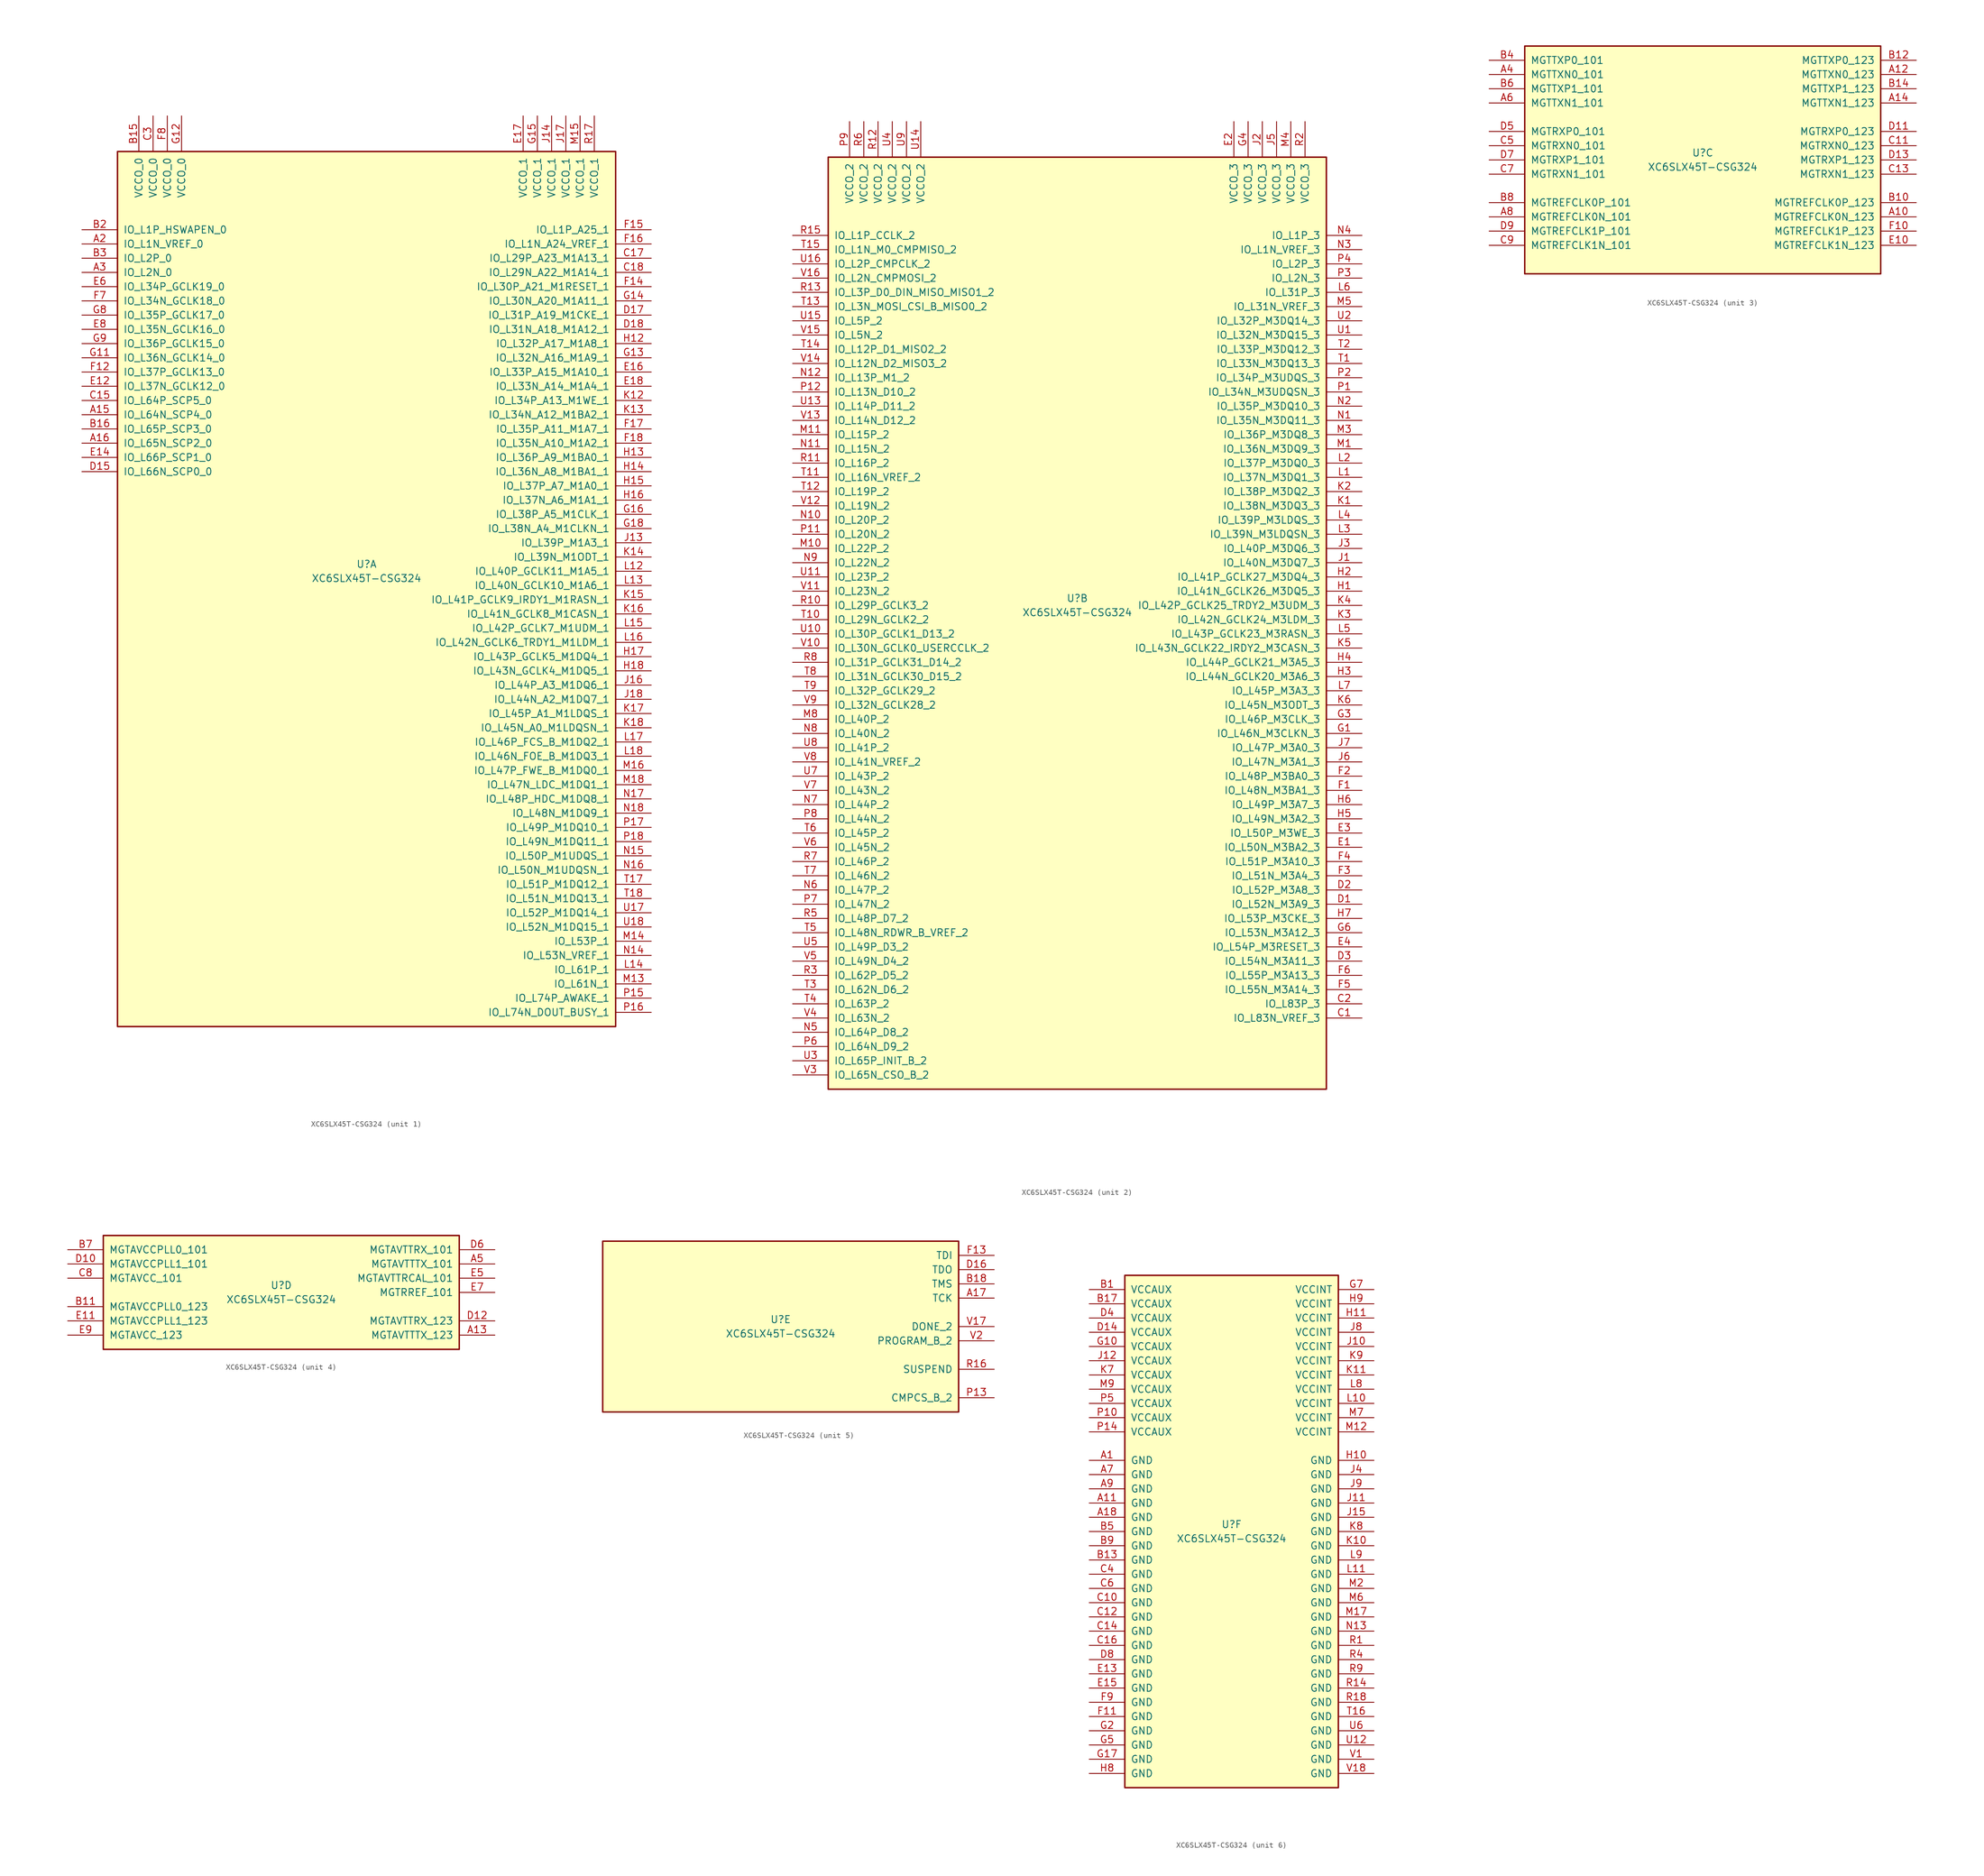
<source format=kicad_sym>
(kicad_symbol_lib
  (version 20220914)
  (generator kicad_symbol_editor)
  (symbol "XC6SLX45T-CSG324"
    (pin_names
      (offset 1.016))
    (property "Reference" "U"
      (at 0 1.27 0)
      (effects (font (size 1.27 1.27))))
    (property "Value" "XC6SLX45T-CSG324"
      (at 0 -1.27 0)
      (effects (font (size 1.27 1.27))))
    (property "Datasheet" ""
      (at 0 0 0)
      (effects (font (size 1.27 1.27))))
    (property "ki_locked" ""
      (at 0 0 0)
      (effects (font (size 1.27 1.27))))
    (symbol "XC6SLX45T-CSG324_1_1"
      (rectangle (start -44.45 74.93) (end 44.45 -81.28) (stroke (width 0.254) (type default)) (fill (type background)))
      (pin bidirectional line (at -50.8 27.94 0) (length 6.35) (name "IO_L64N_SCP4_0" (effects (font (size 1.27 1.27)))) (number "A15" (effects (font (size 1.27 1.27)))))
      (pin bidirectional line (at -50.8 22.86 0) (length 6.35) (name "IO_L65N_SCP2_0" (effects (font (size 1.27 1.27)))) (number "A16" (effects (font (size 1.27 1.27)))))
      (pin bidirectional line (at -50.8 58.42 0) (length 6.35) (name "IO_L1N_VREF_0" (effects (font (size 1.27 1.27)))) (number "A2" (effects (font (size 1.27 1.27)))))
      (pin bidirectional line (at -50.8 53.34 0) (length 6.35) (name "IO_L2N_0" (effects (font (size 1.27 1.27)))) (number "A3" (effects (font (size 1.27 1.27)))))
      (pin power_in line (at -40.64 81.28 270) (length 6.35) (name "VCCO_0" (effects (font (size 1.27 1.27)))) (number "B15" (effects (font (size 1.27 1.27)))))
      (pin bidirectional line (at -50.8 25.4 0) (length 6.35) (name "IO_L65P_SCP3_0" (effects (font (size 1.27 1.27)))) (number "B16" (effects (font (size 1.27 1.27)))))
      (pin bidirectional line (at -50.8 60.96 0) (length 6.35) (name "IO_L1P_HSWAPEN_0" (effects (font (size 1.27 1.27)))) (number "B2" (effects (font (size 1.27 1.27)))))
      (pin bidirectional line (at -50.8 55.88 0) (length 6.35) (name "IO_L2P_0" (effects (font (size 1.27 1.27)))) (number "B3" (effects (font (size 1.27 1.27)))))
      (pin bidirectional line (at -50.8 30.48 0) (length 6.35) (name "IO_L64P_SCP5_0" (effects (font (size 1.27 1.27)))) (number "C15" (effects (font (size 1.27 1.27)))))
      (pin bidirectional line (at 50.8 55.88 180) (length 6.35) (name "IO_L29P_A23_M1A13_1" (effects (font (size 1.27 1.27)))) (number "C17" (effects (font (size 1.27 1.27)))))
      (pin bidirectional line (at 50.8 53.34 180) (length 6.35) (name "IO_L29N_A22_M1A14_1" (effects (font (size 1.27 1.27)))) (number "C18" (effects (font (size 1.27 1.27)))))
      (pin power_in line (at -38.1 81.28 270) (length 6.35) (name "VCCO_0" (effects (font (size 1.27 1.27)))) (number "C3" (effects (font (size 1.27 1.27)))))
      (pin bidirectional line (at -50.8 17.78 0) (length 6.35) (name "IO_L66N_SCP0_0" (effects (font (size 1.27 1.27)))) (number "D15" (effects (font (size 1.27 1.27)))))
      (pin bidirectional line (at 50.8 45.72 180) (length 6.35) (name "IO_L31P_A19_M1CKE_1" (effects (font (size 1.27 1.27)))) (number "D17" (effects (font (size 1.27 1.27)))))
      (pin bidirectional line (at 50.8 43.18 180) (length 6.35) (name "IO_L31N_A18_M1A12_1" (effects (font (size 1.27 1.27)))) (number "D18" (effects (font (size 1.27 1.27)))))
      (pin bidirectional line (at -50.8 33.02 0) (length 6.35) (name "IO_L37N_GCLK12_0" (effects (font (size 1.27 1.27)))) (number "E12" (effects (font (size 1.27 1.27)))))
      (pin bidirectional line (at -50.8 20.32 0) (length 6.35) (name "IO_L66P_SCP1_0" (effects (font (size 1.27 1.27)))) (number "E14" (effects (font (size 1.27 1.27)))))
      (pin bidirectional line (at 50.8 35.56 180) (length 6.35) (name "IO_L33P_A15_M1A10_1" (effects (font (size 1.27 1.27)))) (number "E16" (effects (font (size 1.27 1.27)))))
      (pin power_in line (at 27.94 81.28 270) (length 6.35) (name "VCCO_1" (effects (font (size 1.27 1.27)))) (number "E17" (effects (font (size 1.27 1.27)))))
      (pin bidirectional line (at 50.8 33.02 180) (length 6.35) (name "IO_L33N_A14_M1A4_1" (effects (font (size 1.27 1.27)))) (number "E18" (effects (font (size 1.27 1.27)))))
      (pin bidirectional line (at -50.8 50.8 0) (length 6.35) (name "IO_L34P_GCLK19_0" (effects (font (size 1.27 1.27)))) (number "E6" (effects (font (size 1.27 1.27)))))
      (pin bidirectional line (at -50.8 43.18 0) (length 6.35) (name "IO_L35N_GCLK16_0" (effects (font (size 1.27 1.27)))) (number "E8" (effects (font (size 1.27 1.27)))))
      (pin bidirectional line (at -50.8 35.56 0) (length 6.35) (name "IO_L37P_GCLK13_0" (effects (font (size 1.27 1.27)))) (number "F12" (effects (font (size 1.27 1.27)))))
      (pin bidirectional line (at 50.8 50.8 180) (length 6.35) (name "IO_L30P_A21_M1RESET_1" (effects (font (size 1.27 1.27)))) (number "F14" (effects (font (size 1.27 1.27)))))
      (pin bidirectional line (at 50.8 60.96 180) (length 6.35) (name "IO_L1P_A25_1" (effects (font (size 1.27 1.27)))) (number "F15" (effects (font (size 1.27 1.27)))))
      (pin bidirectional line (at 50.8 58.42 180) (length 6.35) (name "IO_L1N_A24_VREF_1" (effects (font (size 1.27 1.27)))) (number "F16" (effects (font (size 1.27 1.27)))))
      (pin bidirectional line (at 50.8 25.4 180) (length 6.35) (name "IO_L35P_A11_M1A7_1" (effects (font (size 1.27 1.27)))) (number "F17" (effects (font (size 1.27 1.27)))))
      (pin bidirectional line (at 50.8 22.86 180) (length 6.35) (name "IO_L35N_A10_M1A2_1" (effects (font (size 1.27 1.27)))) (number "F18" (effects (font (size 1.27 1.27)))))
      (pin bidirectional line (at -50.8 48.26 0) (length 6.35) (name "IO_L34N_GCLK18_0" (effects (font (size 1.27 1.27)))) (number "F7" (effects (font (size 1.27 1.27)))))
      (pin power_in line (at -35.56 81.28 270) (length 6.35) (name "VCCO_0" (effects (font (size 1.27 1.27)))) (number "F8" (effects (font (size 1.27 1.27)))))
      (pin bidirectional line (at -50.8 38.1 0) (length 6.35) (name "IO_L36N_GCLK14_0" (effects (font (size 1.27 1.27)))) (number "G11" (effects (font (size 1.27 1.27)))))
      (pin power_in line (at -33.02 81.28 270) (length 6.35) (name "VCCO_0" (effects (font (size 1.27 1.27)))) (number "G12" (effects (font (size 1.27 1.27)))))
      (pin bidirectional line (at 50.8 38.1 180) (length 6.35) (name "IO_L32N_A16_M1A9_1" (effects (font (size 1.27 1.27)))) (number "G13" (effects (font (size 1.27 1.27)))))
      (pin bidirectional line (at 50.8 48.26 180) (length 6.35) (name "IO_L30N_A20_M1A11_1" (effects (font (size 1.27 1.27)))) (number "G14" (effects (font (size 1.27 1.27)))))
      (pin power_in line (at 30.48 81.28 270) (length 6.35) (name "VCCO_1" (effects (font (size 1.27 1.27)))) (number "G15" (effects (font (size 1.27 1.27)))))
      (pin bidirectional line (at 50.8 10.16 180) (length 6.35) (name "IO_L38P_A5_M1CLK_1" (effects (font (size 1.27 1.27)))) (number "G16" (effects (font (size 1.27 1.27)))))
      (pin bidirectional line (at 50.8 7.62 180) (length 6.35) (name "IO_L38N_A4_M1CLKN_1" (effects (font (size 1.27 1.27)))) (number "G18" (effects (font (size 1.27 1.27)))))
      (pin bidirectional line (at -50.8 45.72 0) (length 6.35) (name "IO_L35P_GCLK17_0" (effects (font (size 1.27 1.27)))) (number "G8" (effects (font (size 1.27 1.27)))))
      (pin bidirectional line (at -50.8 40.64 0) (length 6.35) (name "IO_L36P_GCLK15_0" (effects (font (size 1.27 1.27)))) (number "G9" (effects (font (size 1.27 1.27)))))
      (pin bidirectional line (at 50.8 40.64 180) (length 6.35) (name "IO_L32P_A17_M1A8_1" (effects (font (size 1.27 1.27)))) (number "H12" (effects (font (size 1.27 1.27)))))
      (pin bidirectional line (at 50.8 20.32 180) (length 6.35) (name "IO_L36P_A9_M1BA0_1" (effects (font (size 1.27 1.27)))) (number "H13" (effects (font (size 1.27 1.27)))))
      (pin bidirectional line (at 50.8 17.78 180) (length 6.35) (name "IO_L36N_A8_M1BA1_1" (effects (font (size 1.27 1.27)))) (number "H14" (effects (font (size 1.27 1.27)))))
      (pin bidirectional line (at 50.8 15.24 180) (length 6.35) (name "IO_L37P_A7_M1A0_1" (effects (font (size 1.27 1.27)))) (number "H15" (effects (font (size 1.27 1.27)))))
      (pin bidirectional line (at 50.8 12.7 180) (length 6.35) (name "IO_L37N_A6_M1A1_1" (effects (font (size 1.27 1.27)))) (number "H16" (effects (font (size 1.27 1.27)))))
      (pin bidirectional line (at 50.8 -15.24 180) (length 6.35) (name "IO_L43P_GCLK5_M1DQ4_1" (effects (font (size 1.27 1.27)))) (number "H17" (effects (font (size 1.27 1.27)))))
      (pin bidirectional line (at 50.8 -17.78 180) (length 6.35) (name "IO_L43N_GCLK4_M1DQ5_1" (effects (font (size 1.27 1.27)))) (number "H18" (effects (font (size 1.27 1.27)))))
      (pin bidirectional line (at 50.8 5.08 180) (length 6.35) (name "IO_L39P_M1A3_1" (effects (font (size 1.27 1.27)))) (number "J13" (effects (font (size 1.27 1.27)))))
      (pin power_in line (at 33.02 81.28 270) (length 6.35) (name "VCCO_1" (effects (font (size 1.27 1.27)))) (number "J14" (effects (font (size 1.27 1.27)))))
      (pin bidirectional line (at 50.8 -20.32 180) (length 6.35) (name "IO_L44P_A3_M1DQ6_1" (effects (font (size 1.27 1.27)))) (number "J16" (effects (font (size 1.27 1.27)))))
      (pin power_in line (at 35.56 81.28 270) (length 6.35) (name "VCCO_1" (effects (font (size 1.27 1.27)))) (number "J17" (effects (font (size 1.27 1.27)))))
      (pin bidirectional line (at 50.8 -22.86 180) (length 6.35) (name "IO_L44N_A2_M1DQ7_1" (effects (font (size 1.27 1.27)))) (number "J18" (effects (font (size 1.27 1.27)))))
      (pin bidirectional line (at 50.8 30.48 180) (length 6.35) (name "IO_L34P_A13_M1WE_1" (effects (font (size 1.27 1.27)))) (number "K12" (effects (font (size 1.27 1.27)))))
      (pin bidirectional line (at 50.8 27.94 180) (length 6.35) (name "IO_L34N_A12_M1BA2_1" (effects (font (size 1.27 1.27)))) (number "K13" (effects (font (size 1.27 1.27)))))
      (pin bidirectional line (at 50.8 2.54 180) (length 6.35) (name "IO_L39N_M1ODT_1" (effects (font (size 1.27 1.27)))) (number "K14" (effects (font (size 1.27 1.27)))))
      (pin bidirectional line (at 50.8 -5.08 180) (length 6.35) (name "IO_L41P_GCLK9_IRDY1_M1RASN_1" (effects (font (size 1.27 1.27)))) (number "K15" (effects (font (size 1.27 1.27)))))
      (pin bidirectional line (at 50.8 -7.62 180) (length 6.35) (name "IO_L41N_GCLK8_M1CASN_1" (effects (font (size 1.27 1.27)))) (number "K16" (effects (font (size 1.27 1.27)))))
      (pin bidirectional line (at 50.8 -25.4 180) (length 6.35) (name "IO_L45P_A1_M1LDQS_1" (effects (font (size 1.27 1.27)))) (number "K17" (effects (font (size 1.27 1.27)))))
      (pin bidirectional line (at 50.8 -27.94 180) (length 6.35) (name "IO_L45N_A0_M1LDQSN_1" (effects (font (size 1.27 1.27)))) (number "K18" (effects (font (size 1.27 1.27)))))
      (pin bidirectional line (at 50.8 0 180) (length 6.35) (name "IO_L40P_GCLK11_M1A5_1" (effects (font (size 1.27 1.27)))) (number "L12" (effects (font (size 1.27 1.27)))))
      (pin bidirectional line (at 50.8 -2.54 180) (length 6.35) (name "IO_L40N_GCLK10_M1A6_1" (effects (font (size 1.27 1.27)))) (number "L13" (effects (font (size 1.27 1.27)))))
      (pin bidirectional line (at 50.8 -71.12 180) (length 6.35) (name "IO_L61P_1" (effects (font (size 1.27 1.27)))) (number "L14" (effects (font (size 1.27 1.27)))))
      (pin bidirectional line (at 50.8 -10.16 180) (length 6.35) (name "IO_L42P_GCLK7_M1UDM_1" (effects (font (size 1.27 1.27)))) (number "L15" (effects (font (size 1.27 1.27)))))
      (pin bidirectional line (at 50.8 -12.7 180) (length 6.35) (name "IO_L42N_GCLK6_TRDY1_M1LDM_1" (effects (font (size 1.27 1.27)))) (number "L16" (effects (font (size 1.27 1.27)))))
      (pin bidirectional line (at 50.8 -30.48 180) (length 6.35) (name "IO_L46P_FCS_B_M1DQ2_1" (effects (font (size 1.27 1.27)))) (number "L17" (effects (font (size 1.27 1.27)))))
      (pin bidirectional line (at 50.8 -33.02 180) (length 6.35) (name "IO_L46N_FOE_B_M1DQ3_1" (effects (font (size 1.27 1.27)))) (number "L18" (effects (font (size 1.27 1.27)))))
      (pin bidirectional line (at 50.8 -73.66 180) (length 6.35) (name "IO_L61N_1" (effects (font (size 1.27 1.27)))) (number "M13" (effects (font (size 1.27 1.27)))))
      (pin bidirectional line (at 50.8 -66.04 180) (length 6.35) (name "IO_L53P_1" (effects (font (size 1.27 1.27)))) (number "M14" (effects (font (size 1.27 1.27)))))
      (pin power_in line (at 38.1 81.28 270) (length 6.35) (name "VCCO_1" (effects (font (size 1.27 1.27)))) (number "M15" (effects (font (size 1.27 1.27)))))
      (pin bidirectional line (at 50.8 -35.56 180) (length 6.35) (name "IO_L47P_FWE_B_M1DQ0_1" (effects (font (size 1.27 1.27)))) (number "M16" (effects (font (size 1.27 1.27)))))
      (pin bidirectional line (at 50.8 -38.1 180) (length 6.35) (name "IO_L47N_LDC_M1DQ1_1" (effects (font (size 1.27 1.27)))) (number "M18" (effects (font (size 1.27 1.27)))))
      (pin bidirectional line (at 50.8 -68.58 180) (length 6.35) (name "IO_L53N_VREF_1" (effects (font (size 1.27 1.27)))) (number "N14" (effects (font (size 1.27 1.27)))))
      (pin bidirectional line (at 50.8 -50.8 180) (length 6.35) (name "IO_L50P_M1UDQS_1" (effects (font (size 1.27 1.27)))) (number "N15" (effects (font (size 1.27 1.27)))))
      (pin bidirectional line (at 50.8 -53.34 180) (length 6.35) (name "IO_L50N_M1UDQSN_1" (effects (font (size 1.27 1.27)))) (number "N16" (effects (font (size 1.27 1.27)))))
      (pin bidirectional line (at 50.8 -40.64 180) (length 6.35) (name "IO_L48P_HDC_M1DQ8_1" (effects (font (size 1.27 1.27)))) (number "N17" (effects (font (size 1.27 1.27)))))
      (pin bidirectional line (at 50.8 -43.18 180) (length 6.35) (name "IO_L48N_M1DQ9_1" (effects (font (size 1.27 1.27)))) (number "N18" (effects (font (size 1.27 1.27)))))
      (pin bidirectional line (at 50.8 -76.2 180) (length 6.35) (name "IO_L74P_AWAKE_1" (effects (font (size 1.27 1.27)))) (number "P15" (effects (font (size 1.27 1.27)))))
      (pin bidirectional line (at 50.8 -78.74 180) (length 6.35) (name "IO_L74N_DOUT_BUSY_1" (effects (font (size 1.27 1.27)))) (number "P16" (effects (font (size 1.27 1.27)))))
      (pin bidirectional line (at 50.8 -45.72 180) (length 6.35) (name "IO_L49P_M1DQ10_1" (effects (font (size 1.27 1.27)))) (number "P17" (effects (font (size 1.27 1.27)))))
      (pin bidirectional line (at 50.8 -48.26 180) (length 6.35) (name "IO_L49N_M1DQ11_1" (effects (font (size 1.27 1.27)))) (number "P18" (effects (font (size 1.27 1.27)))))
      (pin power_in line (at 40.64 81.28 270) (length 6.35) (name "VCCO_1" (effects (font (size 1.27 1.27)))) (number "R17" (effects (font (size 1.27 1.27)))))
      (pin bidirectional line (at 50.8 -55.88 180) (length 6.35) (name "IO_L51P_M1DQ12_1" (effects (font (size 1.27 1.27)))) (number "T17" (effects (font (size 1.27 1.27)))))
      (pin bidirectional line (at 50.8 -58.42 180) (length 6.35) (name "IO_L51N_M1DQ13_1" (effects (font (size 1.27 1.27)))) (number "T18" (effects (font (size 1.27 1.27)))))
      (pin bidirectional line (at 50.8 -60.96 180) (length 6.35) (name "IO_L52P_M1DQ14_1" (effects (font (size 1.27 1.27)))) (number "U17" (effects (font (size 1.27 1.27)))))
      (pin bidirectional line (at 50.8 -63.5 180) (length 6.35) (name "IO_L52N_M1DQ15_1" (effects (font (size 1.27 1.27)))) (number "U18" (effects (font (size 1.27 1.27))))))
    (symbol "XC6SLX45T-CSG324_2_1"
      (rectangle (start -44.45 80.01) (end 44.45 -86.36) (stroke (width 0.254) (type default)) (fill (type background)))
      (pin bidirectional line (at 50.8 -73.66 180) (length 6.35) (name "IO_L83N_VREF_3" (effects (font (size 1.27 1.27)))) (number "C1" (effects (font (size 1.27 1.27)))))
      (pin bidirectional line (at 50.8 -71.12 180) (length 6.35) (name "IO_L83P_3" (effects (font (size 1.27 1.27)))) (number "C2" (effects (font (size 1.27 1.27)))))
      (pin bidirectional line (at 50.8 -53.34 180) (length 6.35) (name "IO_L52N_M3A9_3" (effects (font (size 1.27 1.27)))) (number "D1" (effects (font (size 1.27 1.27)))))
      (pin bidirectional line (at 50.8 -50.8 180) (length 6.35) (name "IO_L52P_M3A8_3" (effects (font (size 1.27 1.27)))) (number "D2" (effects (font (size 1.27 1.27)))))
      (pin bidirectional line (at 50.8 -63.5 180) (length 6.35) (name "IO_L54N_M3A11_3" (effects (font (size 1.27 1.27)))) (number "D3" (effects (font (size 1.27 1.27)))))
      (pin bidirectional line (at 50.8 -43.18 180) (length 6.35) (name "IO_L50N_M3BA2_3" (effects (font (size 1.27 1.27)))) (number "E1" (effects (font (size 1.27 1.27)))))
      (pin power_in line (at 27.94 86.36 270) (length 6.35) (name "VCCO_3" (effects (font (size 1.27 1.27)))) (number "E2" (effects (font (size 1.27 1.27)))))
      (pin bidirectional line (at 50.8 -40.64 180) (length 6.35) (name "IO_L50P_M3WE_3" (effects (font (size 1.27 1.27)))) (number "E3" (effects (font (size 1.27 1.27)))))
      (pin bidirectional line (at 50.8 -60.96 180) (length 6.35) (name "IO_L54P_M3RESET_3" (effects (font (size 1.27 1.27)))) (number "E4" (effects (font (size 1.27 1.27)))))
      (pin bidirectional line (at 50.8 -33.02 180) (length 6.35) (name "IO_L48N_M3BA1_3" (effects (font (size 1.27 1.27)))) (number "F1" (effects (font (size 1.27 1.27)))))
      (pin bidirectional line (at 50.8 -30.48 180) (length 6.35) (name "IO_L48P_M3BA0_3" (effects (font (size 1.27 1.27)))) (number "F2" (effects (font (size 1.27 1.27)))))
      (pin bidirectional line (at 50.8 -48.26 180) (length 6.35) (name "IO_L51N_M3A4_3" (effects (font (size 1.27 1.27)))) (number "F3" (effects (font (size 1.27 1.27)))))
      (pin bidirectional line (at 50.8 -45.72 180) (length 6.35) (name "IO_L51P_M3A10_3" (effects (font (size 1.27 1.27)))) (number "F4" (effects (font (size 1.27 1.27)))))
      (pin bidirectional line (at 50.8 -68.58 180) (length 6.35) (name "IO_L55N_M3A14_3" (effects (font (size 1.27 1.27)))) (number "F5" (effects (font (size 1.27 1.27)))))
      (pin bidirectional line (at 50.8 -66.04 180) (length 6.35) (name "IO_L55P_M3A13_3" (effects (font (size 1.27 1.27)))) (number "F6" (effects (font (size 1.27 1.27)))))
      (pin bidirectional line (at 50.8 -22.86 180) (length 6.35) (name "IO_L46N_M3CLKN_3" (effects (font (size 1.27 1.27)))) (number "G1" (effects (font (size 1.27 1.27)))))
      (pin bidirectional line (at 50.8 -20.32 180) (length 6.35) (name "IO_L46P_M3CLK_3" (effects (font (size 1.27 1.27)))) (number "G3" (effects (font (size 1.27 1.27)))))
      (pin power_in line (at 30.48 86.36 270) (length 6.35) (name "VCCO_3" (effects (font (size 1.27 1.27)))) (number "G4" (effects (font (size 1.27 1.27)))))
      (pin bidirectional line (at 50.8 -58.42 180) (length 6.35) (name "IO_L53N_M3A12_3" (effects (font (size 1.27 1.27)))) (number "G6" (effects (font (size 1.27 1.27)))))
      (pin bidirectional line (at 50.8 2.54 180) (length 6.35) (name "IO_L41N_GCLK26_M3DQ5_3" (effects (font (size 1.27 1.27)))) (number "H1" (effects (font (size 1.27 1.27)))))
      (pin bidirectional line (at 50.8 5.08 180) (length 6.35) (name "IO_L41P_GCLK27_M3DQ4_3" (effects (font (size 1.27 1.27)))) (number "H2" (effects (font (size 1.27 1.27)))))
      (pin bidirectional line (at 50.8 -12.7 180) (length 6.35) (name "IO_L44N_GCLK20_M3A6_3" (effects (font (size 1.27 1.27)))) (number "H3" (effects (font (size 1.27 1.27)))))
      (pin bidirectional line (at 50.8 -10.16 180) (length 6.35) (name "IO_L44P_GCLK21_M3A5_3" (effects (font (size 1.27 1.27)))) (number "H4" (effects (font (size 1.27 1.27)))))
      (pin bidirectional line (at 50.8 -38.1 180) (length 6.35) (name "IO_L49N_M3A2_3" (effects (font (size 1.27 1.27)))) (number "H5" (effects (font (size 1.27 1.27)))))
      (pin bidirectional line (at 50.8 -35.56 180) (length 6.35) (name "IO_L49P_M3A7_3" (effects (font (size 1.27 1.27)))) (number "H6" (effects (font (size 1.27 1.27)))))
      (pin bidirectional line (at 50.8 -55.88 180) (length 6.35) (name "IO_L53P_M3CKE_3" (effects (font (size 1.27 1.27)))) (number "H7" (effects (font (size 1.27 1.27)))))
      (pin bidirectional line (at 50.8 7.62 180) (length 6.35) (name "IO_L40N_M3DQ7_3" (effects (font (size 1.27 1.27)))) (number "J1" (effects (font (size 1.27 1.27)))))
      (pin power_in line (at 33.02 86.36 270) (length 6.35) (name "VCCO_3" (effects (font (size 1.27 1.27)))) (number "J2" (effects (font (size 1.27 1.27)))))
      (pin bidirectional line (at 50.8 10.16 180) (length 6.35) (name "IO_L40P_M3DQ6_3" (effects (font (size 1.27 1.27)))) (number "J3" (effects (font (size 1.27 1.27)))))
      (pin power_in line (at 35.56 86.36 270) (length 6.35) (name "VCCO_3" (effects (font (size 1.27 1.27)))) (number "J5" (effects (font (size 1.27 1.27)))))
      (pin bidirectional line (at 50.8 -27.94 180) (length 6.35) (name "IO_L47N_M3A1_3" (effects (font (size 1.27 1.27)))) (number "J6" (effects (font (size 1.27 1.27)))))
      (pin bidirectional line (at 50.8 -25.4 180) (length 6.35) (name "IO_L47P_M3A0_3" (effects (font (size 1.27 1.27)))) (number "J7" (effects (font (size 1.27 1.27)))))
      (pin bidirectional line (at 50.8 17.78 180) (length 6.35) (name "IO_L38N_M3DQ3_3" (effects (font (size 1.27 1.27)))) (number "K1" (effects (font (size 1.27 1.27)))))
      (pin bidirectional line (at 50.8 20.32 180) (length 6.35) (name "IO_L38P_M3DQ2_3" (effects (font (size 1.27 1.27)))) (number "K2" (effects (font (size 1.27 1.27)))))
      (pin bidirectional line (at 50.8 -2.54 180) (length 6.35) (name "IO_L42N_GCLK24_M3LDM_3" (effects (font (size 1.27 1.27)))) (number "K3" (effects (font (size 1.27 1.27)))))
      (pin bidirectional line (at 50.8 0 180) (length 6.35) (name "IO_L42P_GCLK25_TRDY2_M3UDM_3" (effects (font (size 1.27 1.27)))) (number "K4" (effects (font (size 1.27 1.27)))))
      (pin bidirectional line (at 50.8 -7.62 180) (length 6.35) (name "IO_L43N_GCLK22_IRDY2_M3CASN_3" (effects (font (size 1.27 1.27)))) (number "K5" (effects (font (size 1.27 1.27)))))
      (pin bidirectional line (at 50.8 -17.78 180) (length 6.35) (name "IO_L45N_M3ODT_3" (effects (font (size 1.27 1.27)))) (number "K6" (effects (font (size 1.27 1.27)))))
      (pin bidirectional line (at 50.8 22.86 180) (length 6.35) (name "IO_L37N_M3DQ1_3" (effects (font (size 1.27 1.27)))) (number "L1" (effects (font (size 1.27 1.27)))))
      (pin bidirectional line (at 50.8 25.4 180) (length 6.35) (name "IO_L37P_M3DQ0_3" (effects (font (size 1.27 1.27)))) (number "L2" (effects (font (size 1.27 1.27)))))
      (pin bidirectional line (at 50.8 12.7 180) (length 6.35) (name "IO_L39N_M3LDQSN_3" (effects (font (size 1.27 1.27)))) (number "L3" (effects (font (size 1.27 1.27)))))
      (pin bidirectional line (at 50.8 15.24 180) (length 6.35) (name "IO_L39P_M3LDQS_3" (effects (font (size 1.27 1.27)))) (number "L4" (effects (font (size 1.27 1.27)))))
      (pin bidirectional line (at 50.8 -5.08 180) (length 6.35) (name "IO_L43P_GCLK23_M3RASN_3" (effects (font (size 1.27 1.27)))) (number "L5" (effects (font (size 1.27 1.27)))))
      (pin bidirectional line (at 50.8 55.88 180) (length 6.35) (name "IO_L31P_3" (effects (font (size 1.27 1.27)))) (number "L6" (effects (font (size 1.27 1.27)))))
      (pin bidirectional line (at 50.8 -15.24 180) (length 6.35) (name "IO_L45P_M3A3_3" (effects (font (size 1.27 1.27)))) (number "L7" (effects (font (size 1.27 1.27)))))
      (pin bidirectional line (at 50.8 27.94 180) (length 6.35) (name "IO_L36N_M3DQ9_3" (effects (font (size 1.27 1.27)))) (number "M1" (effects (font (size 1.27 1.27)))))
      (pin bidirectional line (at -50.8 10.16 0) (length 6.35) (name "IO_L22P_2" (effects (font (size 1.27 1.27)))) (number "M10" (effects (font (size 1.27 1.27)))))
      (pin bidirectional line (at -50.8 30.48 0) (length 6.35) (name "IO_L15P_2" (effects (font (size 1.27 1.27)))) (number "M11" (effects (font (size 1.27 1.27)))))
      (pin bidirectional line (at 50.8 30.48 180) (length 6.35) (name "IO_L36P_M3DQ8_3" (effects (font (size 1.27 1.27)))) (number "M3" (effects (font (size 1.27 1.27)))))
      (pin power_in line (at 38.1 86.36 270) (length 6.35) (name "VCCO_3" (effects (font (size 1.27 1.27)))) (number "M4" (effects (font (size 1.27 1.27)))))
      (pin bidirectional line (at 50.8 53.34 180) (length 6.35) (name "IO_L31N_VREF_3" (effects (font (size 1.27 1.27)))) (number "M5" (effects (font (size 1.27 1.27)))))
      (pin bidirectional line (at -50.8 -20.32 0) (length 6.35) (name "IO_L40P_2" (effects (font (size 1.27 1.27)))) (number "M8" (effects (font (size 1.27 1.27)))))
      (pin bidirectional line (at 50.8 33.02 180) (length 6.35) (name "IO_L35N_M3DQ11_3" (effects (font (size 1.27 1.27)))) (number "N1" (effects (font (size 1.27 1.27)))))
      (pin bidirectional line (at -50.8 15.24 0) (length 6.35) (name "IO_L20P_2" (effects (font (size 1.27 1.27)))) (number "N10" (effects (font (size 1.27 1.27)))))
      (pin bidirectional line (at -50.8 27.94 0) (length 6.35) (name "IO_L15N_2" (effects (font (size 1.27 1.27)))) (number "N11" (effects (font (size 1.27 1.27)))))
      (pin bidirectional line (at -50.8 40.64 0) (length 6.35) (name "IO_L13P_M1_2" (effects (font (size 1.27 1.27)))) (number "N12" (effects (font (size 1.27 1.27)))))
      (pin bidirectional line (at 50.8 35.56 180) (length 6.35) (name "IO_L35P_M3DQ10_3" (effects (font (size 1.27 1.27)))) (number "N2" (effects (font (size 1.27 1.27)))))
      (pin bidirectional line (at 50.8 63.5 180) (length 6.35) (name "IO_L1N_VREF_3" (effects (font (size 1.27 1.27)))) (number "N3" (effects (font (size 1.27 1.27)))))
      (pin bidirectional line (at 50.8 66.04 180) (length 6.35) (name "IO_L1P_3" (effects (font (size 1.27 1.27)))) (number "N4" (effects (font (size 1.27 1.27)))))
      (pin bidirectional line (at -50.8 -76.2 0) (length 6.35) (name "IO_L64P_D8_2" (effects (font (size 1.27 1.27)))) (number "N5" (effects (font (size 1.27 1.27)))))
      (pin bidirectional line (at -50.8 -50.8 0) (length 6.35) (name "IO_L47P_2" (effects (font (size 1.27 1.27)))) (number "N6" (effects (font (size 1.27 1.27)))))
      (pin bidirectional line (at -50.8 -35.56 0) (length 6.35) (name "IO_L44P_2" (effects (font (size 1.27 1.27)))) (number "N7" (effects (font (size 1.27 1.27)))))
      (pin bidirectional line (at -50.8 -22.86 0) (length 6.35) (name "IO_L40N_2" (effects (font (size 1.27 1.27)))) (number "N8" (effects (font (size 1.27 1.27)))))
      (pin bidirectional line (at -50.8 7.62 0) (length 6.35) (name "IO_L22N_2" (effects (font (size 1.27 1.27)))) (number "N9" (effects (font (size 1.27 1.27)))))
      (pin bidirectional line (at 50.8 38.1 180) (length 6.35) (name "IO_L34N_M3UDQSN_3" (effects (font (size 1.27 1.27)))) (number "P1" (effects (font (size 1.27 1.27)))))
      (pin bidirectional line (at -50.8 12.7 0) (length 6.35) (name "IO_L20N_2" (effects (font (size 1.27 1.27)))) (number "P11" (effects (font (size 1.27 1.27)))))
      (pin bidirectional line (at -50.8 38.1 0) (length 6.35) (name "IO_L13N_D10_2" (effects (font (size 1.27 1.27)))) (number "P12" (effects (font (size 1.27 1.27)))))
      (pin bidirectional line (at 50.8 40.64 180) (length 6.35) (name "IO_L34P_M3UDQS_3" (effects (font (size 1.27 1.27)))) (number "P2" (effects (font (size 1.27 1.27)))))
      (pin bidirectional line (at 50.8 58.42 180) (length 6.35) (name "IO_L2N_3" (effects (font (size 1.27 1.27)))) (number "P3" (effects (font (size 1.27 1.27)))))
      (pin bidirectional line (at 50.8 60.96 180) (length 6.35) (name "IO_L2P_3" (effects (font (size 1.27 1.27)))) (number "P4" (effects (font (size 1.27 1.27)))))
      (pin bidirectional line (at -50.8 -78.74 0) (length 6.35) (name "IO_L64N_D9_2" (effects (font (size 1.27 1.27)))) (number "P6" (effects (font (size 1.27 1.27)))))
      (pin bidirectional line (at -50.8 -53.34 0) (length 6.35) (name "IO_L47N_2" (effects (font (size 1.27 1.27)))) (number "P7" (effects (font (size 1.27 1.27)))))
      (pin bidirectional line (at -50.8 -38.1 0) (length 6.35) (name "IO_L44N_2" (effects (font (size 1.27 1.27)))) (number "P8" (effects (font (size 1.27 1.27)))))
      (pin power_in line (at -40.64 86.36 270) (length 6.35) (name "VCCO_2" (effects (font (size 1.27 1.27)))) (number "P9" (effects (font (size 1.27 1.27)))))
      (pin bidirectional line (at -50.8 0 0) (length 6.35) (name "IO_L29P_GCLK3_2" (effects (font (size 1.27 1.27)))) (number "R10" (effects (font (size 1.27 1.27)))))
      (pin bidirectional line (at -50.8 25.4 0) (length 6.35) (name "IO_L16P_2" (effects (font (size 1.27 1.27)))) (number "R11" (effects (font (size 1.27 1.27)))))
      (pin power_in line (at -35.56 86.36 270) (length 6.35) (name "VCCO_2" (effects (font (size 1.27 1.27)))) (number "R12" (effects (font (size 1.27 1.27)))))
      (pin bidirectional line (at -50.8 55.88 0) (length 6.35) (name "IO_L3P_D0_DIN_MISO_MISO1_2" (effects (font (size 1.27 1.27)))) (number "R13" (effects (font (size 1.27 1.27)))))
      (pin bidirectional line (at -50.8 66.04 0) (length 6.35) (name "IO_L1P_CCLK_2" (effects (font (size 1.27 1.27)))) (number "R15" (effects (font (size 1.27 1.27)))))
      (pin power_in line (at 40.64 86.36 270) (length 6.35) (name "VCCO_3" (effects (font (size 1.27 1.27)))) (number "R2" (effects (font (size 1.27 1.27)))))
      (pin bidirectional line (at -50.8 -66.04 0) (length 6.35) (name "IO_L62P_D5_2" (effects (font (size 1.27 1.27)))) (number "R3" (effects (font (size 1.27 1.27)))))
      (pin bidirectional line (at -50.8 -55.88 0) (length 6.35) (name "IO_L48P_D7_2" (effects (font (size 1.27 1.27)))) (number "R5" (effects (font (size 1.27 1.27)))))
      (pin power_in line (at -38.1 86.36 270) (length 6.35) (name "VCCO_2" (effects (font (size 1.27 1.27)))) (number "R6" (effects (font (size 1.27 1.27)))))
      (pin bidirectional line (at -50.8 -45.72 0) (length 6.35) (name "IO_L46P_2" (effects (font (size 1.27 1.27)))) (number "R7" (effects (font (size 1.27 1.27)))))
      (pin bidirectional line (at -50.8 -10.16 0) (length 6.35) (name "IO_L31P_GCLK31_D14_2" (effects (font (size 1.27 1.27)))) (number "R8" (effects (font (size 1.27 1.27)))))
      (pin bidirectional line (at 50.8 43.18 180) (length 6.35) (name "IO_L33N_M3DQ13_3" (effects (font (size 1.27 1.27)))) (number "T1" (effects (font (size 1.27 1.27)))))
      (pin bidirectional line (at -50.8 -2.54 0) (length 6.35) (name "IO_L29N_GCLK2_2" (effects (font (size 1.27 1.27)))) (number "T10" (effects (font (size 1.27 1.27)))))
      (pin bidirectional line (at -50.8 22.86 0) (length 6.35) (name "IO_L16N_VREF_2" (effects (font (size 1.27 1.27)))) (number "T11" (effects (font (size 1.27 1.27)))))
      (pin bidirectional line (at -50.8 20.32 0) (length 6.35) (name "IO_L19P_2" (effects (font (size 1.27 1.27)))) (number "T12" (effects (font (size 1.27 1.27)))))
      (pin bidirectional line (at -50.8 53.34 0) (length 6.35) (name "IO_L3N_MOSI_CSI_B_MISO0_2" (effects (font (size 1.27 1.27)))) (number "T13" (effects (font (size 1.27 1.27)))))
      (pin bidirectional line (at -50.8 45.72 0) (length 6.35) (name "IO_L12P_D1_MISO2_2" (effects (font (size 1.27 1.27)))) (number "T14" (effects (font (size 1.27 1.27)))))
      (pin bidirectional line (at -50.8 63.5 0) (length 6.35) (name "IO_L1N_M0_CMPMISO_2" (effects (font (size 1.27 1.27)))) (number "T15" (effects (font (size 1.27 1.27)))))
      (pin bidirectional line (at 50.8 45.72 180) (length 6.35) (name "IO_L33P_M3DQ12_3" (effects (font (size 1.27 1.27)))) (number "T2" (effects (font (size 1.27 1.27)))))
      (pin bidirectional line (at -50.8 -68.58 0) (length 6.35) (name "IO_L62N_D6_2" (effects (font (size 1.27 1.27)))) (number "T3" (effects (font (size 1.27 1.27)))))
      (pin bidirectional line (at -50.8 -71.12 0) (length 6.35) (name "IO_L63P_2" (effects (font (size 1.27 1.27)))) (number "T4" (effects (font (size 1.27 1.27)))))
      (pin bidirectional line (at -50.8 -58.42 0) (length 6.35) (name "IO_L48N_RDWR_B_VREF_2" (effects (font (size 1.27 1.27)))) (number "T5" (effects (font (size 1.27 1.27)))))
      (pin bidirectional line (at -50.8 -40.64 0) (length 6.35) (name "IO_L45P_2" (effects (font (size 1.27 1.27)))) (number "T6" (effects (font (size 1.27 1.27)))))
      (pin bidirectional line (at -50.8 -48.26 0) (length 6.35) (name "IO_L46N_2" (effects (font (size 1.27 1.27)))) (number "T7" (effects (font (size 1.27 1.27)))))
      (pin bidirectional line (at -50.8 -12.7 0) (length 6.35) (name "IO_L31N_GCLK30_D15_2" (effects (font (size 1.27 1.27)))) (number "T8" (effects (font (size 1.27 1.27)))))
      (pin bidirectional line (at -50.8 -15.24 0) (length 6.35) (name "IO_L32P_GCLK29_2" (effects (font (size 1.27 1.27)))) (number "T9" (effects (font (size 1.27 1.27)))))
      (pin bidirectional line (at 50.8 48.26 180) (length 6.35) (name "IO_L32N_M3DQ15_3" (effects (font (size 1.27 1.27)))) (number "U1" (effects (font (size 1.27 1.27)))))
      (pin bidirectional line (at -50.8 -5.08 0) (length 6.35) (name "IO_L30P_GCLK1_D13_2" (effects (font (size 1.27 1.27)))) (number "U10" (effects (font (size 1.27 1.27)))))
      (pin bidirectional line (at -50.8 5.08 0) (length 6.35) (name "IO_L23P_2" (effects (font (size 1.27 1.27)))) (number "U11" (effects (font (size 1.27 1.27)))))
      (pin bidirectional line (at -50.8 35.56 0) (length 6.35) (name "IO_L14P_D11_2" (effects (font (size 1.27 1.27)))) (number "U13" (effects (font (size 1.27 1.27)))))
      (pin power_in line (at -27.94 86.36 270) (length 6.35) (name "VCCO_2" (effects (font (size 1.27 1.27)))) (number "U14" (effects (font (size 1.27 1.27)))))
      (pin bidirectional line (at -50.8 50.8 0) (length 6.35) (name "IO_L5P_2" (effects (font (size 1.27 1.27)))) (number "U15" (effects (font (size 1.27 1.27)))))
      (pin bidirectional line (at -50.8 60.96 0) (length 6.35) (name "IO_L2P_CMPCLK_2" (effects (font (size 1.27 1.27)))) (number "U16" (effects (font (size 1.27 1.27)))))
      (pin bidirectional line (at 50.8 50.8 180) (length 6.35) (name "IO_L32P_M3DQ14_3" (effects (font (size 1.27 1.27)))) (number "U2" (effects (font (size 1.27 1.27)))))
      (pin bidirectional line (at -50.8 -81.28 0) (length 6.35) (name "IO_L65P_INIT_B_2" (effects (font (size 1.27 1.27)))) (number "U3" (effects (font (size 1.27 1.27)))))
      (pin power_in line (at -33.02 86.36 270) (length 6.35) (name "VCCO_2" (effects (font (size 1.27 1.27)))) (number "U4" (effects (font (size 1.27 1.27)))))
      (pin bidirectional line (at -50.8 -60.96 0) (length 6.35) (name "IO_L49P_D3_2" (effects (font (size 1.27 1.27)))) (number "U5" (effects (font (size 1.27 1.27)))))
      (pin bidirectional line (at -50.8 -30.48 0) (length 6.35) (name "IO_L43P_2" (effects (font (size 1.27 1.27)))) (number "U7" (effects (font (size 1.27 1.27)))))
      (pin bidirectional line (at -50.8 -25.4 0) (length 6.35) (name "IO_L41P_2" (effects (font (size 1.27 1.27)))) (number "U8" (effects (font (size 1.27 1.27)))))
      (pin power_in line (at -30.48 86.36 270) (length 6.35) (name "VCCO_2" (effects (font (size 1.27 1.27)))) (number "U9" (effects (font (size 1.27 1.27)))))
      (pin bidirectional line (at -50.8 -7.62 0) (length 6.35) (name "IO_L30N_GCLK0_USERCCLK_2" (effects (font (size 1.27 1.27)))) (number "V10" (effects (font (size 1.27 1.27)))))
      (pin bidirectional line (at -50.8 2.54 0) (length 6.35) (name "IO_L23N_2" (effects (font (size 1.27 1.27)))) (number "V11" (effects (font (size 1.27 1.27)))))
      (pin bidirectional line (at -50.8 17.78 0) (length 6.35) (name "IO_L19N_2" (effects (font (size 1.27 1.27)))) (number "V12" (effects (font (size 1.27 1.27)))))
      (pin bidirectional line (at -50.8 33.02 0) (length 6.35) (name "IO_L14N_D12_2" (effects (font (size 1.27 1.27)))) (number "V13" (effects (font (size 1.27 1.27)))))
      (pin bidirectional line (at -50.8 43.18 0) (length 6.35) (name "IO_L12N_D2_MISO3_2" (effects (font (size 1.27 1.27)))) (number "V14" (effects (font (size 1.27 1.27)))))
      (pin bidirectional line (at -50.8 48.26 0) (length 6.35) (name "IO_L5N_2" (effects (font (size 1.27 1.27)))) (number "V15" (effects (font (size 1.27 1.27)))))
      (pin bidirectional line (at -50.8 58.42 0) (length 6.35) (name "IO_L2N_CMPMOSI_2" (effects (font (size 1.27 1.27)))) (number "V16" (effects (font (size 1.27 1.27)))))
      (pin bidirectional line (at -50.8 -83.82 0) (length 6.35) (name "IO_L65N_CSO_B_2" (effects (font (size 1.27 1.27)))) (number "V3" (effects (font (size 1.27 1.27)))))
      (pin bidirectional line (at -50.8 -73.66 0) (length 6.35) (name "IO_L63N_2" (effects (font (size 1.27 1.27)))) (number "V4" (effects (font (size 1.27 1.27)))))
      (pin bidirectional line (at -50.8 -63.5 0) (length 6.35) (name "IO_L49N_D4_2" (effects (font (size 1.27 1.27)))) (number "V5" (effects (font (size 1.27 1.27)))))
      (pin bidirectional line (at -50.8 -43.18 0) (length 6.35) (name "IO_L45N_2" (effects (font (size 1.27 1.27)))) (number "V6" (effects (font (size 1.27 1.27)))))
      (pin bidirectional line (at -50.8 -33.02 0) (length 6.35) (name "IO_L43N_2" (effects (font (size 1.27 1.27)))) (number "V7" (effects (font (size 1.27 1.27)))))
      (pin bidirectional line (at -50.8 -27.94 0) (length 6.35) (name "IO_L41N_VREF_2" (effects (font (size 1.27 1.27)))) (number "V8" (effects (font (size 1.27 1.27)))))
      (pin bidirectional line (at -50.8 -17.78 0) (length 6.35) (name "IO_L32N_GCLK28_2" (effects (font (size 1.27 1.27)))) (number "V9" (effects (font (size 1.27 1.27))))))
    (symbol "XC6SLX45T-CSG324_3_1"
      (rectangle (start -31.75 20.32) (end 31.75 -20.32) (stroke (width 0.254) (type default)) (fill (type background)))
      (pin bidirectional line (at 38.1 -10.16 180) (length 6.35) (name "MGTREFCLK0N_123" (effects (font (size 1.27 1.27)))) (number "A10" (effects (font (size 1.27 1.27)))))
      (pin bidirectional line (at 38.1 15.24 180) (length 6.35) (name "MGTTXN0_123" (effects (font (size 1.27 1.27)))) (number "A12" (effects (font (size 1.27 1.27)))))
      (pin bidirectional line (at 38.1 10.16 180) (length 6.35) (name "MGTTXN1_123" (effects (font (size 1.27 1.27)))) (number "A14" (effects (font (size 1.27 1.27)))))
      (pin bidirectional line (at -38.1 15.24 0) (length 6.35) (name "MGTTXN0_101" (effects (font (size 1.27 1.27)))) (number "A4" (effects (font (size 1.27 1.27)))))
      (pin bidirectional line (at -38.1 10.16 0) (length 6.35) (name "MGTTXN1_101" (effects (font (size 1.27 1.27)))) (number "A6" (effects (font (size 1.27 1.27)))))
      (pin bidirectional line (at -38.1 -10.16 0) (length 6.35) (name "MGTREFCLK0N_101" (effects (font (size 1.27 1.27)))) (number "A8" (effects (font (size 1.27 1.27)))))
      (pin bidirectional line (at 38.1 -7.62 180) (length 6.35) (name "MGTREFCLK0P_123" (effects (font (size 1.27 1.27)))) (number "B10" (effects (font (size 1.27 1.27)))))
      (pin bidirectional line (at 38.1 17.78 180) (length 6.35) (name "MGTTXP0_123" (effects (font (size 1.27 1.27)))) (number "B12" (effects (font (size 1.27 1.27)))))
      (pin bidirectional line (at 38.1 12.7 180) (length 6.35) (name "MGTTXP1_123" (effects (font (size 1.27 1.27)))) (number "B14" (effects (font (size 1.27 1.27)))))
      (pin bidirectional line (at -38.1 17.78 0) (length 6.35) (name "MGTTXP0_101" (effects (font (size 1.27 1.27)))) (number "B4" (effects (font (size 1.27 1.27)))))
      (pin bidirectional line (at -38.1 12.7 0) (length 6.35) (name "MGTTXP1_101" (effects (font (size 1.27 1.27)))) (number "B6" (effects (font (size 1.27 1.27)))))
      (pin bidirectional line (at -38.1 -7.62 0) (length 6.35) (name "MGTREFCLK0P_101" (effects (font (size 1.27 1.27)))) (number "B8" (effects (font (size 1.27 1.27)))))
      (pin bidirectional line (at 38.1 2.54 180) (length 6.35) (name "MGTRXN0_123" (effects (font (size 1.27 1.27)))) (number "C11" (effects (font (size 1.27 1.27)))))
      (pin bidirectional line (at 38.1 -2.54 180) (length 6.35) (name "MGTRXN1_123" (effects (font (size 1.27 1.27)))) (number "C13" (effects (font (size 1.27 1.27)))))
      (pin bidirectional line (at -38.1 2.54 0) (length 6.35) (name "MGTRXN0_101" (effects (font (size 1.27 1.27)))) (number "C5" (effects (font (size 1.27 1.27)))))
      (pin bidirectional line (at -38.1 -2.54 0) (length 6.35) (name "MGTRXN1_101" (effects (font (size 1.27 1.27)))) (number "C7" (effects (font (size 1.27 1.27)))))
      (pin bidirectional line (at -38.1 -15.24 0) (length 6.35) (name "MGTREFCLK1N_101" (effects (font (size 1.27 1.27)))) (number "C9" (effects (font (size 1.27 1.27)))))
      (pin bidirectional line (at 38.1 5.08 180) (length 6.35) (name "MGTRXP0_123" (effects (font (size 1.27 1.27)))) (number "D11" (effects (font (size 1.27 1.27)))))
      (pin bidirectional line (at 38.1 0 180) (length 6.35) (name "MGTRXP1_123" (effects (font (size 1.27 1.27)))) (number "D13" (effects (font (size 1.27 1.27)))))
      (pin bidirectional line (at -38.1 5.08 0) (length 6.35) (name "MGTRXP0_101" (effects (font (size 1.27 1.27)))) (number "D5" (effects (font (size 1.27 1.27)))))
      (pin bidirectional line (at -38.1 0 0) (length 6.35) (name "MGTRXP1_101" (effects (font (size 1.27 1.27)))) (number "D7" (effects (font (size 1.27 1.27)))))
      (pin bidirectional line (at -38.1 -12.7 0) (length 6.35) (name "MGTREFCLK1P_101" (effects (font (size 1.27 1.27)))) (number "D9" (effects (font (size 1.27 1.27)))))
      (pin bidirectional line (at 38.1 -15.24 180) (length 6.35) (name "MGTREFCLK1N_123" (effects (font (size 1.27 1.27)))) (number "E10" (effects (font (size 1.27 1.27)))))
      (pin bidirectional line (at 38.1 -12.7 180) (length 6.35) (name "MGTREFCLK1P_123" (effects (font (size 1.27 1.27)))) (number "F10" (effects (font (size 1.27 1.27))))))
    (symbol "XC6SLX45T-CSG324_4_1"
      (rectangle (start -31.75 10.16) (end 31.75 -10.16) (stroke (width 0.254) (type default)) (fill (type background)))
      (pin power_in line (at 38.1 -7.62 180) (length 6.35) (name "MGTAVTTTX_123" (effects (font (size 1.27 1.27)))) (number "A13" (effects (font (size 1.27 1.27)))))
      (pin power_in line (at 38.1 5.08 180) (length 6.35) (name "MGTAVTTTX_101" (effects (font (size 1.27 1.27)))) (number "A5" (effects (font (size 1.27 1.27)))))
      (pin power_in line (at -38.1 -2.54 0) (length 6.35) (name "MGTAVCCPLL0_123" (effects (font (size 1.27 1.27)))) (number "B11" (effects (font (size 1.27 1.27)))))
      (pin power_in line (at -38.1 7.62 0) (length 6.35) (name "MGTAVCCPLL0_101" (effects (font (size 1.27 1.27)))) (number "B7" (effects (font (size 1.27 1.27)))))
      (pin power_in line (at -38.1 2.54 0) (length 6.35) (name "MGTAVCC_101" (effects (font (size 1.27 1.27)))) (number "C8" (effects (font (size 1.27 1.27)))))
      (pin power_in line (at -38.1 5.08 0) (length 6.35) (name "MGTAVCCPLL1_101" (effects (font (size 1.27 1.27)))) (number "D10" (effects (font (size 1.27 1.27)))))
      (pin power_in line (at 38.1 -5.08 180) (length 6.35) (name "MGTAVTTRX_123" (effects (font (size 1.27 1.27)))) (number "D12" (effects (font (size 1.27 1.27)))))
      (pin power_in line (at 38.1 7.62 180) (length 6.35) (name "MGTAVTTRX_101" (effects (font (size 1.27 1.27)))) (number "D6" (effects (font (size 1.27 1.27)))))
      (pin power_in line (at -38.1 -5.08 0) (length 6.35) (name "MGTAVCCPLL1_123" (effects (font (size 1.27 1.27)))) (number "E11" (effects (font (size 1.27 1.27)))))
      (pin power_in line (at 38.1 2.54 180) (length 6.35) (name "MGTAVTTRCAL_101" (effects (font (size 1.27 1.27)))) (number "E5" (effects (font (size 1.27 1.27)))))
      (pin power_in line (at 38.1 0 180) (length 6.35) (name "MGTRREF_101" (effects (font (size 1.27 1.27)))) (number "E7" (effects (font (size 1.27 1.27)))))
      (pin power_in line (at -38.1 -7.62 0) (length 6.35) (name "MGTAVCC_123" (effects (font (size 1.27 1.27)))) (number "E9" (effects (font (size 1.27 1.27))))))
    (symbol "XC6SLX45T-CSG324_5_1"
      (rectangle (start -31.75 15.24) (end 31.75 -15.24) (stroke (width 0.254) (type default)) (fill (type background)))
      (pin bidirectional line (at 38.1 5.08 180) (length 6.35) (name "TCK" (effects (font (size 1.27 1.27)))) (number "A17" (effects (font (size 1.27 1.27)))))
      (pin bidirectional line (at 38.1 7.62 180) (length 6.35) (name "TMS" (effects (font (size 1.27 1.27)))) (number "B18" (effects (font (size 1.27 1.27)))))
      (pin bidirectional line (at 38.1 10.16 180) (length 6.35) (name "TDO" (effects (font (size 1.27 1.27)))) (number "D16" (effects (font (size 1.27 1.27)))))
      (pin bidirectional line (at 38.1 12.7 180) (length 6.35) (name "TDI" (effects (font (size 1.27 1.27)))) (number "F13" (effects (font (size 1.27 1.27)))))
      (pin bidirectional line (at 38.1 -12.7 180) (length 6.35) (name "CMPCS_B_2" (effects (font (size 1.27 1.27)))) (number "P13" (effects (font (size 1.27 1.27)))))
      (pin bidirectional line (at 38.1 -7.62 180) (length 6.35) (name "SUSPEND" (effects (font (size 1.27 1.27)))) (number "R16" (effects (font (size 1.27 1.27)))))
      (pin bidirectional line (at 38.1 0 180) (length 6.35) (name "DONE_2" (effects (font (size 1.27 1.27)))) (number "V17" (effects (font (size 1.27 1.27)))))
      (pin bidirectional line (at 38.1 -2.54 180) (length 6.35) (name "PROGRAM_B_2" (effects (font (size 1.27 1.27)))) (number "V2" (effects (font (size 1.27 1.27))))))
    (symbol "XC6SLX45T-CSG324_6_1"
      (rectangle (start -19.05 45.72) (end 19.05 -45.72) (stroke (width 0.254) (type default)) (fill (type background)))
      (pin power_in line (at -25.4 12.7 0) (length 6.35) (name "GND" (effects (font (size 1.27 1.27)))) (number "A1" (effects (font (size 1.27 1.27)))))
      (pin power_in line (at -25.4 5.08 0) (length 6.35) (name "GND" (effects (font (size 1.27 1.27)))) (number "A11" (effects (font (size 1.27 1.27)))))
      (pin power_in line (at -25.4 2.54 0) (length 6.35) (name "GND" (effects (font (size 1.27 1.27)))) (number "A18" (effects (font (size 1.27 1.27)))))
      (pin power_in line (at -25.4 10.16 0) (length 6.35) (name "GND" (effects (font (size 1.27 1.27)))) (number "A7" (effects (font (size 1.27 1.27)))))
      (pin power_in line (at -25.4 7.62 0) (length 6.35) (name "GND" (effects (font (size 1.27 1.27)))) (number "A9" (effects (font (size 1.27 1.27)))))
      (pin power_in line (at -25.4 43.18 0) (length 6.35) (name "VCCAUX" (effects (font (size 1.27 1.27)))) (number "B1" (effects (font (size 1.27 1.27)))))
      (pin power_in line (at -25.4 -5.08 0) (length 6.35) (name "GND" (effects (font (size 1.27 1.27)))) (number "B13" (effects (font (size 1.27 1.27)))))
      (pin power_in line (at -25.4 40.64 0) (length 6.35) (name "VCCAUX" (effects (font (size 1.27 1.27)))) (number "B17" (effects (font (size 1.27 1.27)))))
      (pin power_in line (at -25.4 0 0) (length 6.35) (name "GND" (effects (font (size 1.27 1.27)))) (number "B5" (effects (font (size 1.27 1.27)))))
      (pin power_in line (at -25.4 -2.54 0) (length 6.35) (name "GND" (effects (font (size 1.27 1.27)))) (number "B9" (effects (font (size 1.27 1.27)))))
      (pin power_in line (at -25.4 -12.7 0) (length 6.35) (name "GND" (effects (font (size 1.27 1.27)))) (number "C10" (effects (font (size 1.27 1.27)))))
      (pin power_in line (at -25.4 -15.24 0) (length 6.35) (name "GND" (effects (font (size 1.27 1.27)))) (number "C12" (effects (font (size 1.27 1.27)))))
      (pin power_in line (at -25.4 -17.78 0) (length 6.35) (name "GND" (effects (font (size 1.27 1.27)))) (number "C14" (effects (font (size 1.27 1.27)))))
      (pin power_in line (at -25.4 -20.32 0) (length 6.35) (name "GND" (effects (font (size 1.27 1.27)))) (number "C16" (effects (font (size 1.27 1.27)))))
      (pin power_in line (at -25.4 -7.62 0) (length 6.35) (name "GND" (effects (font (size 1.27 1.27)))) (number "C4" (effects (font (size 1.27 1.27)))))
      (pin power_in line (at -25.4 -10.16 0) (length 6.35) (name "GND" (effects (font (size 1.27 1.27)))) (number "C6" (effects (font (size 1.27 1.27)))))
      (pin power_in line (at -25.4 35.56 0) (length 6.35) (name "VCCAUX" (effects (font (size 1.27 1.27)))) (number "D14" (effects (font (size 1.27 1.27)))))
      (pin power_in line (at -25.4 38.1 0) (length 6.35) (name "VCCAUX" (effects (font (size 1.27 1.27)))) (number "D4" (effects (font (size 1.27 1.27)))))
      (pin power_in line (at -25.4 -22.86 0) (length 6.35) (name "GND" (effects (font (size 1.27 1.27)))) (number "D8" (effects (font (size 1.27 1.27)))))
      (pin power_in line (at -25.4 -25.4 0) (length 6.35) (name "GND" (effects (font (size 1.27 1.27)))) (number "E13" (effects (font (size 1.27 1.27)))))
      (pin power_in line (at -25.4 -27.94 0) (length 6.35) (name "GND" (effects (font (size 1.27 1.27)))) (number "E15" (effects (font (size 1.27 1.27)))))
      (pin power_in line (at -25.4 -33.02 0) (length 6.35) (name "GND" (effects (font (size 1.27 1.27)))) (number "F11" (effects (font (size 1.27 1.27)))))
      (pin power_in line (at -25.4 -30.48 0) (length 6.35) (name "GND" (effects (font (size 1.27 1.27)))) (number "F9" (effects (font (size 1.27 1.27)))))
      (pin power_in line (at -25.4 33.02 0) (length 6.35) (name "VCCAUX" (effects (font (size 1.27 1.27)))) (number "G10" (effects (font (size 1.27 1.27)))))
      (pin power_in line (at -25.4 -40.64 0) (length 6.35) (name "GND" (effects (font (size 1.27 1.27)))) (number "G17" (effects (font (size 1.27 1.27)))))
      (pin power_in line (at -25.4 -35.56 0) (length 6.35) (name "GND" (effects (font (size 1.27 1.27)))) (number "G2" (effects (font (size 1.27 1.27)))))
      (pin power_in line (at -25.4 -38.1 0) (length 6.35) (name "GND" (effects (font (size 1.27 1.27)))) (number "G5" (effects (font (size 1.27 1.27)))))
      (pin power_in line (at 25.4 43.18 180) (length 6.35) (name "VCCINT" (effects (font (size 1.27 1.27)))) (number "G7" (effects (font (size 1.27 1.27)))))
      (pin power_in line (at 25.4 12.7 180) (length 6.35) (name "GND" (effects (font (size 1.27 1.27)))) (number "H10" (effects (font (size 1.27 1.27)))))
      (pin power_in line (at 25.4 38.1 180) (length 6.35) (name "VCCINT" (effects (font (size 1.27 1.27)))) (number "H11" (effects (font (size 1.27 1.27)))))
      (pin power_in line (at -25.4 -43.18 0) (length 6.35) (name "GND" (effects (font (size 1.27 1.27)))) (number "H8" (effects (font (size 1.27 1.27)))))
      (pin power_in line (at 25.4 40.64 180) (length 6.35) (name "VCCINT" (effects (font (size 1.27 1.27)))) (number "H9" (effects (font (size 1.27 1.27)))))
      (pin power_in line (at 25.4 33.02 180) (length 6.35) (name "VCCINT" (effects (font (size 1.27 1.27)))) (number "J10" (effects (font (size 1.27 1.27)))))
      (pin power_in line (at 25.4 5.08 180) (length 6.35) (name "GND" (effects (font (size 1.27 1.27)))) (number "J11" (effects (font (size 1.27 1.27)))))
      (pin power_in line (at -25.4 30.48 0) (length 6.35) (name "VCCAUX" (effects (font (size 1.27 1.27)))) (number "J12" (effects (font (size 1.27 1.27)))))
      (pin power_in line (at 25.4 2.54 180) (length 6.35) (name "GND" (effects (font (size 1.27 1.27)))) (number "J15" (effects (font (size 1.27 1.27)))))
      (pin power_in line (at 25.4 10.16 180) (length 6.35) (name "GND" (effects (font (size 1.27 1.27)))) (number "J4" (effects (font (size 1.27 1.27)))))
      (pin power_in line (at 25.4 35.56 180) (length 6.35) (name "VCCINT" (effects (font (size 1.27 1.27)))) (number "J8" (effects (font (size 1.27 1.27)))))
      (pin power_in line (at 25.4 7.62 180) (length 6.35) (name "GND" (effects (font (size 1.27 1.27)))) (number "J9" (effects (font (size 1.27 1.27)))))
      (pin power_in line (at 25.4 -2.54 180) (length 6.35) (name "GND" (effects (font (size 1.27 1.27)))) (number "K10" (effects (font (size 1.27 1.27)))))
      (pin power_in line (at 25.4 27.94 180) (length 6.35) (name "VCCINT" (effects (font (size 1.27 1.27)))) (number "K11" (effects (font (size 1.27 1.27)))))
      (pin power_in line (at -25.4 27.94 0) (length 6.35) (name "VCCAUX" (effects (font (size 1.27 1.27)))) (number "K7" (effects (font (size 1.27 1.27)))))
      (pin power_in line (at 25.4 0 180) (length 6.35) (name "GND" (effects (font (size 1.27 1.27)))) (number "K8" (effects (font (size 1.27 1.27)))))
      (pin power_in line (at 25.4 30.48 180) (length 6.35) (name "VCCINT" (effects (font (size 1.27 1.27)))) (number "K9" (effects (font (size 1.27 1.27)))))
      (pin power_in line (at 25.4 22.86 180) (length 6.35) (name "VCCINT" (effects (font (size 1.27 1.27)))) (number "L10" (effects (font (size 1.27 1.27)))))
      (pin power_in line (at 25.4 -7.62 180) (length 6.35) (name "GND" (effects (font (size 1.27 1.27)))) (number "L11" (effects (font (size 1.27 1.27)))))
      (pin power_in line (at 25.4 25.4 180) (length 6.35) (name "VCCINT" (effects (font (size 1.27 1.27)))) (number "L8" (effects (font (size 1.27 1.27)))))
      (pin power_in line (at 25.4 -5.08 180) (length 6.35) (name "GND" (effects (font (size 1.27 1.27)))) (number "L9" (effects (font (size 1.27 1.27)))))
      (pin power_in line (at 25.4 17.78 180) (length 6.35) (name "VCCINT" (effects (font (size 1.27 1.27)))) (number "M12" (effects (font (size 1.27 1.27)))))
      (pin power_in line (at 25.4 -15.24 180) (length 6.35) (name "GND" (effects (font (size 1.27 1.27)))) (number "M17" (effects (font (size 1.27 1.27)))))
      (pin power_in line (at 25.4 -10.16 180) (length 6.35) (name "GND" (effects (font (size 1.27 1.27)))) (number "M2" (effects (font (size 1.27 1.27)))))
      (pin power_in line (at 25.4 -12.7 180) (length 6.35) (name "GND" (effects (font (size 1.27 1.27)))) (number "M6" (effects (font (size 1.27 1.27)))))
      (pin power_in line (at 25.4 20.32 180) (length 6.35) (name "VCCINT" (effects (font (size 1.27 1.27)))) (number "M7" (effects (font (size 1.27 1.27)))))
      (pin power_in line (at -25.4 25.4 0) (length 6.35) (name "VCCAUX" (effects (font (size 1.27 1.27)))) (number "M9" (effects (font (size 1.27 1.27)))))
      (pin power_in line (at 25.4 -17.78 180) (length 6.35) (name "GND" (effects (font (size 1.27 1.27)))) (number "N13" (effects (font (size 1.27 1.27)))))
      (pin power_in line (at -25.4 20.32 0) (length 6.35) (name "VCCAUX" (effects (font (size 1.27 1.27)))) (number "P10" (effects (font (size 1.27 1.27)))))
      (pin power_in line (at -25.4 17.78 0) (length 6.35) (name "VCCAUX" (effects (font (size 1.27 1.27)))) (number "P14" (effects (font (size 1.27 1.27)))))
      (pin power_in line (at -25.4 22.86 0) (length 6.35) (name "VCCAUX" (effects (font (size 1.27 1.27)))) (number "P5" (effects (font (size 1.27 1.27)))))
      (pin power_in line (at 25.4 -20.32 180) (length 6.35) (name "GND" (effects (font (size 1.27 1.27)))) (number "R1" (effects (font (size 1.27 1.27)))))
      (pin power_in line (at 25.4 -27.94 180) (length 6.35) (name "GND" (effects (font (size 1.27 1.27)))) (number "R14" (effects (font (size 1.27 1.27)))))
      (pin power_in line (at 25.4 -30.48 180) (length 6.35) (name "GND" (effects (font (size 1.27 1.27)))) (number "R18" (effects (font (size 1.27 1.27)))))
      (pin power_in line (at 25.4 -22.86 180) (length 6.35) (name "GND" (effects (font (size 1.27 1.27)))) (number "R4" (effects (font (size 1.27 1.27)))))
      (pin power_in line (at 25.4 -25.4 180) (length 6.35) (name "GND" (effects (font (size 1.27 1.27)))) (number "R9" (effects (font (size 1.27 1.27)))))
      (pin power_in line (at 25.4 -33.02 180) (length 6.35) (name "GND" (effects (font (size 1.27 1.27)))) (number "T16" (effects (font (size 1.27 1.27)))))
      (pin power_in line (at 25.4 -38.1 180) (length 6.35) (name "GND" (effects (font (size 1.27 1.27)))) (number "U12" (effects (font (size 1.27 1.27)))))
      (pin power_in line (at 25.4 -35.56 180) (length 6.35) (name "GND" (effects (font (size 1.27 1.27)))) (number "U6" (effects (font (size 1.27 1.27)))))
      (pin power_in line (at 25.4 -40.64 180) (length 6.35) (name "GND" (effects (font (size 1.27 1.27)))) (number "V1" (effects (font (size 1.27 1.27)))))
      (pin power_in line (at 25.4 -43.18 180) (length 6.35) (name "GND" (effects (font (size 1.27 1.27)))) (number "V18" (effects (font (size 1.27 1.27))))))))
</source>
